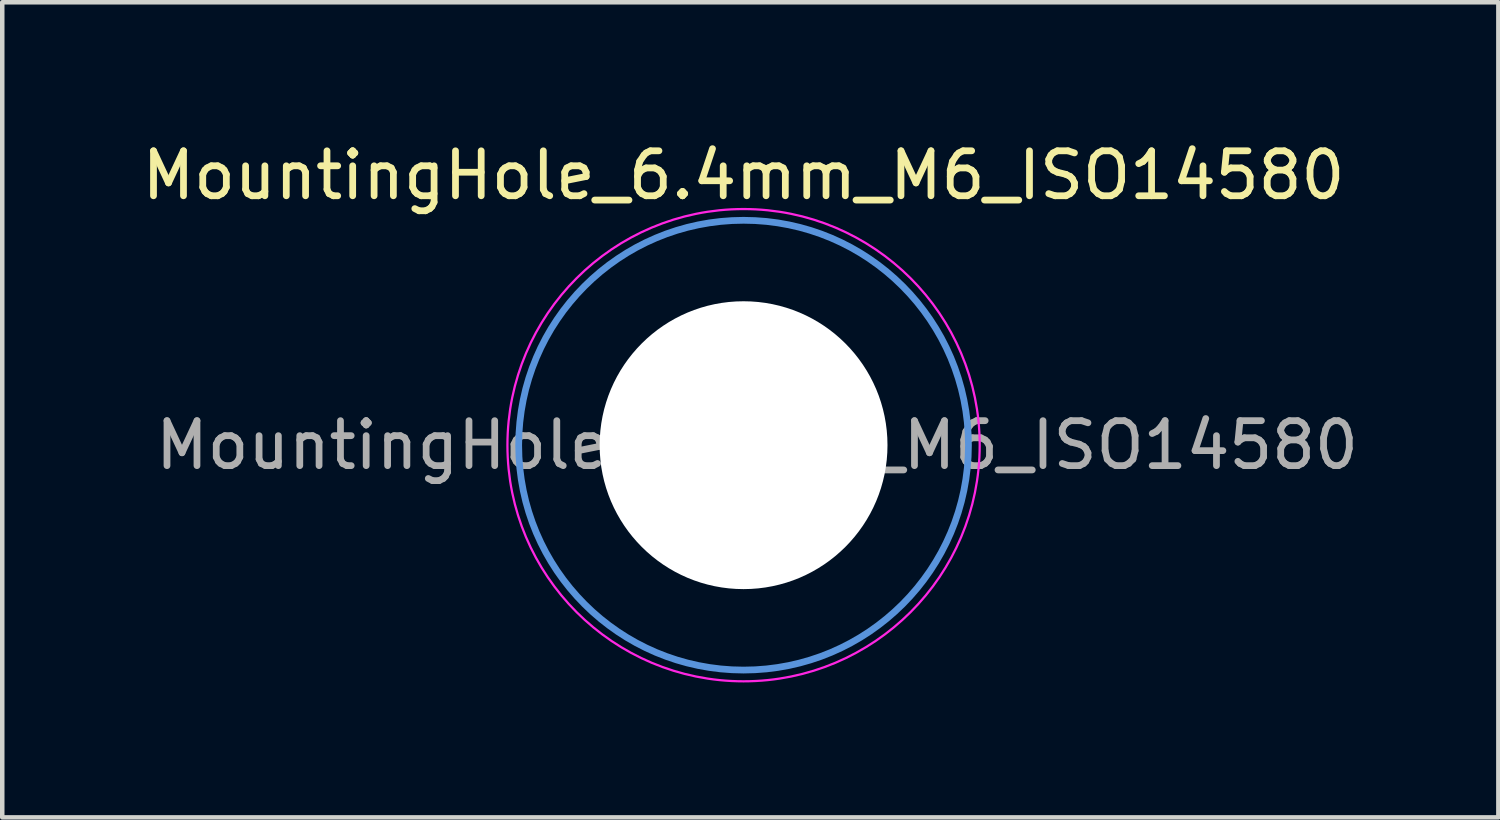
<source format=kicad_pcb>
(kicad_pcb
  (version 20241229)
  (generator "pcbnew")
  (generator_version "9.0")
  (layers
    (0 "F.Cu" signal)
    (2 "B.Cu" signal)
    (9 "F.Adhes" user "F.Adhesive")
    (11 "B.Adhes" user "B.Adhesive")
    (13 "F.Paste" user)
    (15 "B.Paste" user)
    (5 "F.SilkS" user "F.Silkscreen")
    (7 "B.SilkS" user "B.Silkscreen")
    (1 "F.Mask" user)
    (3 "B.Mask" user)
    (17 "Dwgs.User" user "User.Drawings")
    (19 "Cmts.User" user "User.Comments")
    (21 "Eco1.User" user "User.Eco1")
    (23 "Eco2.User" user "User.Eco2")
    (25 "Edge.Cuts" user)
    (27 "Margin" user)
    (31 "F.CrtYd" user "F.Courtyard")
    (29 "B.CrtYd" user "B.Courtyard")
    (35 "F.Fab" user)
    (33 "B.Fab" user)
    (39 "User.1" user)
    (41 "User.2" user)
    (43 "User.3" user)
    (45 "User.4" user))
  (footprint "MountingHole_6.4mm_M6_ISO14580"
    (layer "F.Cu")
    (at 13.482 6.848)
    (property "Reference" "MountingHole_6.4mm_M6_ISO14580" (at 0 -6 0) (layer "F.SilkS") (effects (font (size 1 1) (thickness 0.15))))
    (attr exclude_from_pos_files exclude_from_bom)
    (fp_circle (center 0 0) (end 5 0) (stroke (width 0.15) (type solid)) (fill no) (layer "Cmts.User"))
    (fp_circle (center 0 0) (end 5.25 0) (stroke (width 0.05) (type solid)) (fill no) (layer "F.CrtYd"))
    (fp_text user "${REFERENCE}" (at 0.3 0 0) (layer "F.Fab") (effects (font (size 1 1) (thickness 0.15))))
    (pad "" np_thru_hole circle (at 0 0) (size 6.4 6.4) (drill 6.4) (layers "*.Cu" "*.Mask")))
  (gr_rect
    (start -3 -3)
    (end 30.264 15.123)
    (stroke (width 0.1) (type default))
    (fill no)
    (layer "Edge.Cuts")))
</source>
